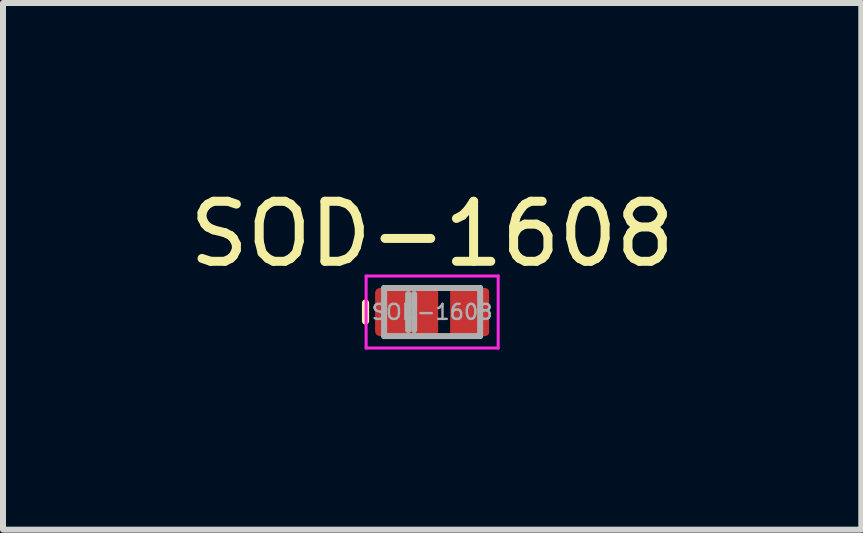
<source format=kicad_pcb>
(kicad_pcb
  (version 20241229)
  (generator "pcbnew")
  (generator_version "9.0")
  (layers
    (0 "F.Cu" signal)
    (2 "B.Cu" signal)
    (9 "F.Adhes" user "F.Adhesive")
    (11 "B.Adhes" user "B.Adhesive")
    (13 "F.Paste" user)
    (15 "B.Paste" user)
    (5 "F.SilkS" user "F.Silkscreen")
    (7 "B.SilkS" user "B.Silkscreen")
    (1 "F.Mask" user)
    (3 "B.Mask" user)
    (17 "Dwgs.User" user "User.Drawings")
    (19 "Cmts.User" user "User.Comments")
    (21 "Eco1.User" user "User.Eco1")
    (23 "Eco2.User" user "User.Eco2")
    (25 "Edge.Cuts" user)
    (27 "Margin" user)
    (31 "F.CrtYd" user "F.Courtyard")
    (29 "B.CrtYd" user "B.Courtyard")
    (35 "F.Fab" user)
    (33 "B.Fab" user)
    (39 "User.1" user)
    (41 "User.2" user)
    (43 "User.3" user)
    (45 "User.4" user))
  (footprint "SOD-1608"
    (layer "F.Cu")
    (at 4.149 2.148)
    (property "Reference" "SOD-1608" (at 0 -1.3 0) (layer "F.SilkS") (effects (font (size 1 1) (thickness 0.15))))
    (attr smd)
    (fp_line (start -1.11 -0.15) (end -1.11 0.15) (stroke (width 0.12) (type solid)) (layer "F.SilkS"))
    (fp_line (start -1.1 -0.6) (end 1.1 -0.6) (stroke (width 0.05) (type solid)) (layer "F.CrtYd"))
    (fp_line (start -1.1 0.6) (end -1.1 -0.6) (stroke (width 0.05) (type solid)) (layer "F.CrtYd"))
    (fp_line (start 1.1 -0.6) (end 1.1 0.6) (stroke (width 0.05) (type solid)) (layer "F.CrtYd"))
    (fp_line (start 1.1 0.6) (end -1.1 0.6) (stroke (width 0.05) (type solid)) (layer "F.CrtYd"))
    (fp_line (start -0.8 -0.4) (end 0.8 -0.4) (stroke (width 0.1) (type solid)) (layer "F.Fab"))
    (fp_line (start -0.8 0.4) (end -0.8 -0.4) (stroke (width 0.1) (type solid)) (layer "F.Fab"))
    (fp_line (start -0.4 0.3) (end -0.4 -0.3) (stroke (width 0.1) (type solid)) (layer "F.Fab"))
    (fp_line (start -0.3 0.3) (end -0.3 -0.3) (stroke (width 0.1) (type solid)) (layer "F.Fab"))
    (fp_line (start 0.8 -0.4) (end 0.8 0.4) (stroke (width 0.1) (type solid)) (layer "F.Fab"))
    (fp_line (start 0.8 0.4) (end -0.8 0.4) (stroke (width 0.1) (type solid)) (layer "F.Fab"))
    (fp_text user "${REFERENCE}" (at 0 0 0) (layer "F.Fab") (effects (font (size 0.25 0.25) (thickness 0.04))))
    (pad "1" smd roundrect (at -0.425 0) (size 1.05 0.8) (layers "F.Cu" "F.Mask" "F.Paste") (roundrect_rratio 0.1))
    (pad "2" smd roundrect (at 0.625 0) (size 0.65 0.8) (layers "F.Cu" "F.Mask" "F.Paste") (roundrect_rratio 0.1)))
  (gr_rect
    (start -3 -3)
    (end 11.298 5.773)
    (stroke (width 0.1) (type default))
    (fill no)
    (layer "Edge.Cuts")))
</source>
